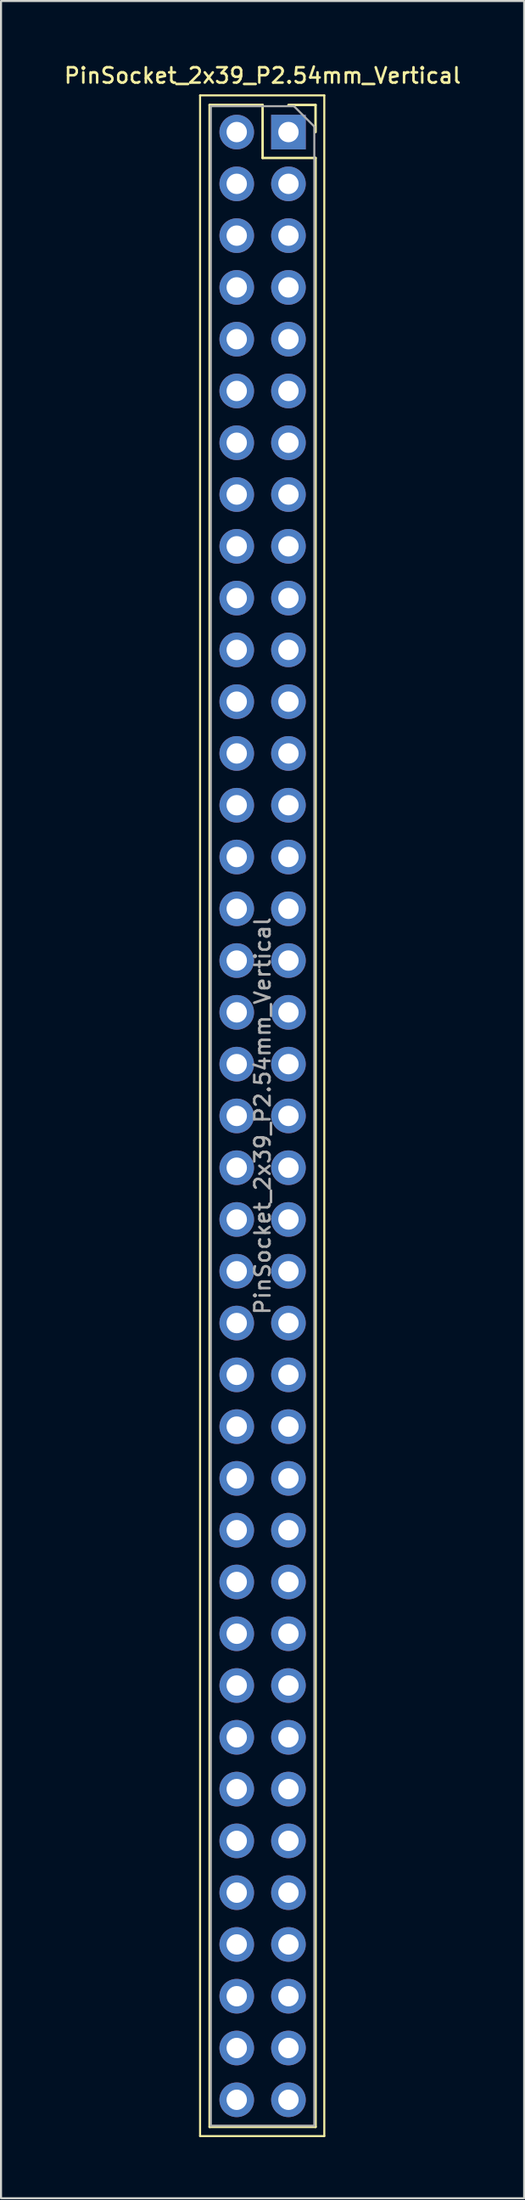
<source format=kicad_pcb>
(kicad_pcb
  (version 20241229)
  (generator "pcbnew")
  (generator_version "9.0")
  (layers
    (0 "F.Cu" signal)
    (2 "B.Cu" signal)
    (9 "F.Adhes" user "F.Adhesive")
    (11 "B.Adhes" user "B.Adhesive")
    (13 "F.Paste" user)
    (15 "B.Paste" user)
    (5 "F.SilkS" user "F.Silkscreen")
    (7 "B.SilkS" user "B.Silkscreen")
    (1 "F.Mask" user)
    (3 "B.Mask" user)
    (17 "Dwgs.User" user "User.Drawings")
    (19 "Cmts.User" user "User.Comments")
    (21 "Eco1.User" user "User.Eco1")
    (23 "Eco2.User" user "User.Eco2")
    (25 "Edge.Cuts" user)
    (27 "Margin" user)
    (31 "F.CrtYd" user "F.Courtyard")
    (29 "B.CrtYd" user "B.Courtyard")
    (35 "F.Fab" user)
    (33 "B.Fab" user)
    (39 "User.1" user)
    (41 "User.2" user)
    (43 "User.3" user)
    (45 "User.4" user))
  (footprint "PinSocket_2x39_P2.54mm_Vertical"
    (layer "F.Cu")
    (at 11.115 3.428)
    (property "Reference" "PinSocket_2x39_P2.54mm_Vertical" (at -1.27 -2.77 0) (layer "F.SilkS") (effects (font (size 0.75 0.75) (thickness 0.125))))
    (attr through_hole)
    (fp_line (start -4.34 -1.8) (end 1.76 -1.8) (stroke (width 0.1) (type solid)) (layer "F.SilkS"))
    (fp_line (start -4.34 98.3) (end -4.34 -1.8) (stroke (width 0.1) (type solid)) (layer "F.SilkS"))
    (fp_line (start -3.87 -1.33) (end -3.87 97.85) (stroke (width 0.12) (type solid)) (layer "F.SilkS"))
    (fp_line (start -3.87 -1.33) (end -1.27 -1.33) (stroke (width 0.12) (type solid)) (layer "F.SilkS"))
    (fp_line (start -3.87 97.85) (end 1.33 97.85) (stroke (width 0.12) (type solid)) (layer "F.SilkS"))
    (fp_line (start -1.27 -1.33) (end -1.27 1.27) (stroke (width 0.12) (type solid)) (layer "F.SilkS"))
    (fp_line (start -1.27 1.27) (end 1.33 1.27) (stroke (width 0.12) (type solid)) (layer "F.SilkS"))
    (fp_line (start 0 -1.33) (end 1.33 -1.33) (stroke (width 0.12) (type solid)) (layer "F.SilkS"))
    (fp_line (start 1.33 -1.33) (end 1.33 0) (stroke (width 0.12) (type solid)) (layer "F.SilkS"))
    (fp_line (start 1.33 1.27) (end 1.33 97.85) (stroke (width 0.12) (type solid)) (layer "F.SilkS"))
    (fp_line (start 1.76 -1.8) (end 1.76 98.3) (stroke (width 0.1) (type solid)) (layer "F.SilkS"))
    (fp_line (start 1.76 98.3) (end -4.34 98.3) (stroke (width 0.1) (type solid)) (layer "F.SilkS"))
    (fp_line (start -3.81 -1.27) (end 0.27 -1.27) (stroke (width 0.1) (type solid)) (layer "F.Fab"))
    (fp_line (start -3.81 97.79) (end -3.81 -1.27) (stroke (width 0.1) (type solid)) (layer "F.Fab"))
    (fp_line (start 0.27 -1.27) (end 1.27 -0.27) (stroke (width 0.1) (type solid)) (layer "F.Fab"))
    (fp_line (start 1.27 -0.27) (end 1.27 97.79) (stroke (width 0.1) (type solid)) (layer "F.Fab"))
    (fp_line (start 1.27 97.79) (end -3.81 97.79) (stroke (width 0.1) (type solid)) (layer "F.Fab"))
    (fp_text user "${REFERENCE}" (at -1.27 48.26 90) (layer "F.Fab") (effects (font (size 0.75 0.75) (thickness 0.125))))
    (pad "1" thru_hole rect (at 0 0) (size 1.7 1.7) (drill 1) (layers "*.Cu" "*.Mask"))
    (pad "2" thru_hole oval (at -2.54 0) (size 1.7 1.7) (drill 1) (layers "*.Cu" "*.Mask"))
    (pad "3" thru_hole oval (at 0 2.54) (size 1.7 1.7) (drill 1) (layers "*.Cu" "*.Mask"))
    (pad "4" thru_hole oval (at -2.54 2.54) (size 1.7 1.7) (drill 1) (layers "*.Cu" "*.Mask"))
    (pad "5" thru_hole oval (at 0 5.08) (size 1.7 1.7) (drill 1) (layers "*.Cu" "*.Mask"))
    (pad "6" thru_hole oval (at -2.54 5.08) (size 1.7 1.7) (drill 1) (layers "*.Cu" "*.Mask"))
    (pad "7" thru_hole oval (at 0 7.62) (size 1.7 1.7) (drill 1) (layers "*.Cu" "*.Mask"))
    (pad "8" thru_hole oval (at -2.54 7.62) (size 1.7 1.7) (drill 1) (layers "*.Cu" "*.Mask"))
    (pad "9" thru_hole oval (at 0 10.16) (size 1.7 1.7) (drill 1) (layers "*.Cu" "*.Mask"))
    (pad "10" thru_hole oval (at -2.54 10.16) (size 1.7 1.7) (drill 1) (layers "*.Cu" "*.Mask"))
    (pad "11" thru_hole oval (at 0 12.7) (size 1.7 1.7) (drill 1) (layers "*.Cu" "*.Mask"))
    (pad "12" thru_hole oval (at -2.54 12.7) (size 1.7 1.7) (drill 1) (layers "*.Cu" "*.Mask"))
    (pad "13" thru_hole oval (at 0 15.24) (size 1.7 1.7) (drill 1) (layers "*.Cu" "*.Mask"))
    (pad "14" thru_hole oval (at -2.54 15.24) (size 1.7 1.7) (drill 1) (layers "*.Cu" "*.Mask"))
    (pad "15" thru_hole oval (at 0 17.78) (size 1.7 1.7) (drill 1) (layers "*.Cu" "*.Mask"))
    (pad "16" thru_hole oval (at -2.54 17.78) (size 1.7 1.7) (drill 1) (layers "*.Cu" "*.Mask"))
    (pad "17" thru_hole oval (at 0 20.32) (size 1.7 1.7) (drill 1) (layers "*.Cu" "*.Mask"))
    (pad "18" thru_hole oval (at -2.54 20.32) (size 1.7 1.7) (drill 1) (layers "*.Cu" "*.Mask"))
    (pad "19" thru_hole oval (at 0 22.86) (size 1.7 1.7) (drill 1) (layers "*.Cu" "*.Mask"))
    (pad "20" thru_hole oval (at -2.54 22.86) (size 1.7 1.7) (drill 1) (layers "*.Cu" "*.Mask"))
    (pad "21" thru_hole oval (at 0 25.4) (size 1.7 1.7) (drill 1) (layers "*.Cu" "*.Mask"))
    (pad "22" thru_hole oval (at -2.54 25.4) (size 1.7 1.7) (drill 1) (layers "*.Cu" "*.Mask"))
    (pad "23" thru_hole oval (at 0 27.94) (size 1.7 1.7) (drill 1) (layers "*.Cu" "*.Mask"))
    (pad "24" thru_hole oval (at -2.54 27.94) (size 1.7 1.7) (drill 1) (layers "*.Cu" "*.Mask"))
    (pad "25" thru_hole oval (at 0 30.48) (size 1.7 1.7) (drill 1) (layers "*.Cu" "*.Mask"))
    (pad "26" thru_hole oval (at -2.54 30.48) (size 1.7 1.7) (drill 1) (layers "*.Cu" "*.Mask"))
    (pad "27" thru_hole oval (at 0 33.02) (size 1.7 1.7) (drill 1) (layers "*.Cu" "*.Mask"))
    (pad "28" thru_hole oval (at -2.54 33.02) (size 1.7 1.7) (drill 1) (layers "*.Cu" "*.Mask"))
    (pad "29" thru_hole oval (at 0 35.56) (size 1.7 1.7) (drill 1) (layers "*.Cu" "*.Mask"))
    (pad "30" thru_hole oval (at -2.54 35.56) (size 1.7 1.7) (drill 1) (layers "*.Cu" "*.Mask"))
    (pad "31" thru_hole oval (at 0 38.1) (size 1.7 1.7) (drill 1) (layers "*.Cu" "*.Mask"))
    (pad "32" thru_hole oval (at -2.54 38.1) (size 1.7 1.7) (drill 1) (layers "*.Cu" "*.Mask"))
    (pad "33" thru_hole oval (at 0 40.64) (size 1.7 1.7) (drill 1) (layers "*.Cu" "*.Mask"))
    (pad "34" thru_hole oval (at -2.54 40.64) (size 1.7 1.7) (drill 1) (layers "*.Cu" "*.Mask"))
    (pad "35" thru_hole oval (at 0 43.18) (size 1.7 1.7) (drill 1) (layers "*.Cu" "*.Mask"))
    (pad "36" thru_hole oval (at -2.54 43.18) (size 1.7 1.7) (drill 1) (layers "*.Cu" "*.Mask"))
    (pad "37" thru_hole oval (at 0 45.72) (size 1.7 1.7) (drill 1) (layers "*.Cu" "*.Mask"))
    (pad "38" thru_hole oval (at -2.54 45.72) (size 1.7 1.7) (drill 1) (layers "*.Cu" "*.Mask"))
    (pad "39" thru_hole oval (at 0 48.26) (size 1.7 1.7) (drill 1) (layers "*.Cu" "*.Mask"))
    (pad "40" thru_hole oval (at -2.54 48.26) (size 1.7 1.7) (drill 1) (layers "*.Cu" "*.Mask"))
    (pad "41" thru_hole oval (at 0 50.8) (size 1.7 1.7) (drill 1) (layers "*.Cu" "*.Mask"))
    (pad "42" thru_hole oval (at -2.54 50.8) (size 1.7 1.7) (drill 1) (layers "*.Cu" "*.Mask"))
    (pad "43" thru_hole oval (at 0 53.34) (size 1.7 1.7) (drill 1) (layers "*.Cu" "*.Mask"))
    (pad "44" thru_hole oval (at -2.54 53.34) (size 1.7 1.7) (drill 1) (layers "*.Cu" "*.Mask"))
    (pad "45" thru_hole oval (at 0 55.88) (size 1.7 1.7) (drill 1) (layers "*.Cu" "*.Mask"))
    (pad "46" thru_hole oval (at -2.54 55.88) (size 1.7 1.7) (drill 1) (layers "*.Cu" "*.Mask"))
    (pad "47" thru_hole oval (at 0 58.42) (size 1.7 1.7) (drill 1) (layers "*.Cu" "*.Mask"))
    (pad "48" thru_hole oval (at -2.54 58.42) (size 1.7 1.7) (drill 1) (layers "*.Cu" "*.Mask"))
    (pad "49" thru_hole oval (at 0 60.96) (size 1.7 1.7) (drill 1) (layers "*.Cu" "*.Mask"))
    (pad "50" thru_hole oval (at -2.54 60.96) (size 1.7 1.7) (drill 1) (layers "*.Cu" "*.Mask"))
    (pad "51" thru_hole oval (at 0 63.5) (size 1.7 1.7) (drill 1) (layers "*.Cu" "*.Mask"))
    (pad "52" thru_hole oval (at -2.54 63.5) (size 1.7 1.7) (drill 1) (layers "*.Cu" "*.Mask"))
    (pad "53" thru_hole oval (at 0 66.04) (size 1.7 1.7) (drill 1) (layers "*.Cu" "*.Mask"))
    (pad "54" thru_hole oval (at -2.54 66.04) (size 1.7 1.7) (drill 1) (layers "*.Cu" "*.Mask"))
    (pad "55" thru_hole oval (at 0 68.58) (size 1.7 1.7) (drill 1) (layers "*.Cu" "*.Mask"))
    (pad "56" thru_hole oval (at -2.54 68.58) (size 1.7 1.7) (drill 1) (layers "*.Cu" "*.Mask"))
    (pad "57" thru_hole oval (at 0 71.12) (size 1.7 1.7) (drill 1) (layers "*.Cu" "*.Mask"))
    (pad "58" thru_hole oval (at -2.54 71.12) (size 1.7 1.7) (drill 1) (layers "*.Cu" "*.Mask"))
    (pad "59" thru_hole oval (at 0 73.66) (size 1.7 1.7) (drill 1) (layers "*.Cu" "*.Mask"))
    (pad "60" thru_hole oval (at -2.54 73.66) (size 1.7 1.7) (drill 1) (layers "*.Cu" "*.Mask"))
    (pad "61" thru_hole oval (at 0 76.2) (size 1.7 1.7) (drill 1) (layers "*.Cu" "*.Mask"))
    (pad "62" thru_hole oval (at -2.54 76.2) (size 1.7 1.7) (drill 1) (layers "*.Cu" "*.Mask"))
    (pad "63" thru_hole oval (at 0 78.74) (size 1.7 1.7) (drill 1) (layers "*.Cu" "*.Mask"))
    (pad "64" thru_hole oval (at -2.54 78.74) (size 1.7 1.7) (drill 1) (layers "*.Cu" "*.Mask"))
    (pad "65" thru_hole oval (at 0 81.28) (size 1.7 1.7) (drill 1) (layers "*.Cu" "*.Mask"))
    (pad "66" thru_hole oval (at -2.54 81.28) (size 1.7 1.7) (drill 1) (layers "*.Cu" "*.Mask"))
    (pad "67" thru_hole oval (at 0 83.82) (size 1.7 1.7) (drill 1) (layers "*.Cu" "*.Mask"))
    (pad "68" thru_hole oval (at -2.54 83.82) (size 1.7 1.7) (drill 1) (layers "*.Cu" "*.Mask"))
    (pad "69" thru_hole oval (at 0 86.36) (size 1.7 1.7) (drill 1) (layers "*.Cu" "*.Mask"))
    (pad "70" thru_hole oval (at -2.54 86.36) (size 1.7 1.7) (drill 1) (layers "*.Cu" "*.Mask"))
    (pad "71" thru_hole oval (at 0 88.9) (size 1.7 1.7) (drill 1) (layers "*.Cu" "*.Mask"))
    (pad "72" thru_hole oval (at -2.54 88.9) (size 1.7 1.7) (drill 1) (layers "*.Cu" "*.Mask"))
    (pad "73" thru_hole oval (at 0 91.44) (size 1.7 1.7) (drill 1) (layers "*.Cu" "*.Mask"))
    (pad "74" thru_hole oval (at -2.54 91.44) (size 1.7 1.7) (drill 1) (layers "*.Cu" "*.Mask"))
    (pad "75" thru_hole oval (at 0 93.98) (size 1.7 1.7) (drill 1) (layers "*.Cu" "*.Mask"))
    (pad "76" thru_hole oval (at -2.54 93.98) (size 1.7 1.7) (drill 1) (layers "*.Cu" "*.Mask"))
    (pad "77" thru_hole oval (at 0 96.52) (size 1.7 1.7) (drill 1) (layers "*.Cu" "*.Mask"))
    (pad "78" thru_hole oval (at -2.54 96.52) (size 1.7 1.7) (drill 1) (layers "*.Cu" "*.Mask")))
  (gr_rect
    (start -3 -3)
    (end 22.689 104.778)
    (stroke (width 0.1) (type default))
    (fill no)
    (layer "Edge.Cuts")))
</source>
